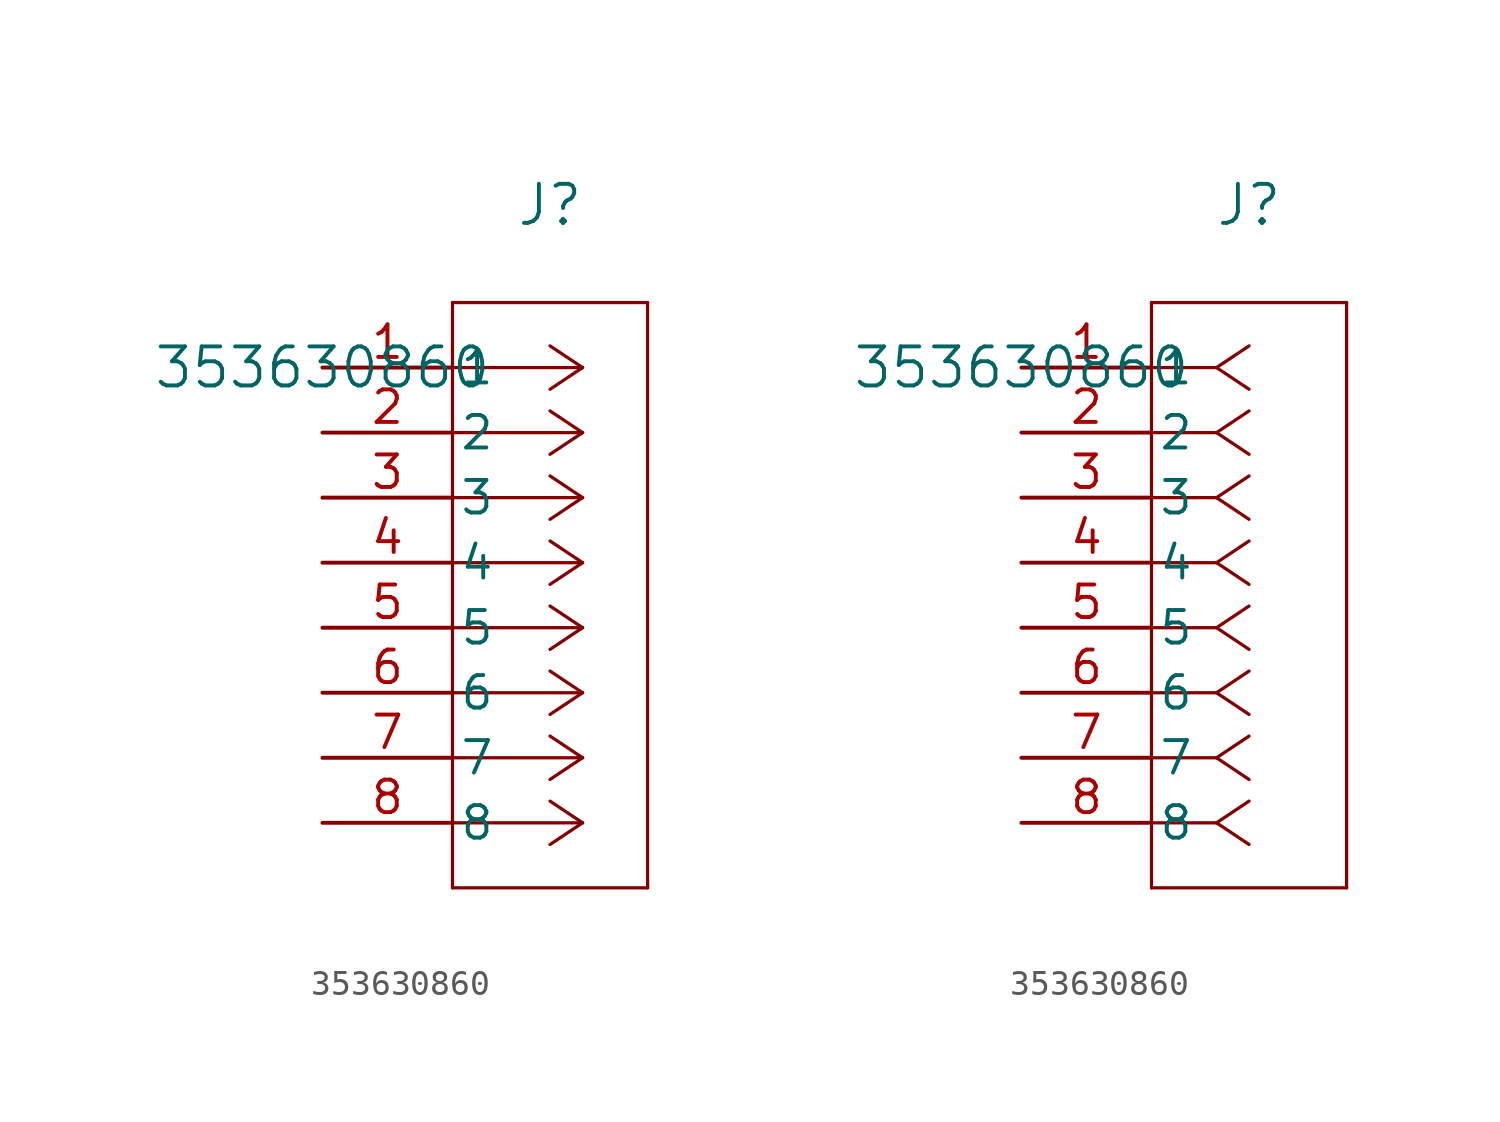
<source format=kicad_sym>
(kicad_symbol_lib
  (version 20211014)
  (generator kicad_symbol_editor)
  (symbol "353630860"
    (pin_names
      (offset 0.254))
    (property "Reference" "J"
      (at 8.89 6.35 0)
      (effects (font (size 1.524 1.524))))
    (property "Value" "353630860"
      (at 0 0 0)
      (effects (font (size 1.524 1.524))))
    (symbol "353630860_1_1"
      (polyline (pts (xy 10.16 0) (xy 5.08 0)) (stroke (width 0.127) (type default) (color 0 0 0 0)) (fill (type none)))
      (polyline (pts (xy 10.16 -2.54) (xy 5.08 -2.54)) (stroke (width 0.127) (type default) (color 0 0 0 0)) (fill (type none)))
      (polyline (pts (xy 10.16 -5.08) (xy 5.08 -5.08)) (stroke (width 0.127) (type default) (color 0 0 0 0)) (fill (type none)))
      (polyline (pts (xy 10.16 -7.62) (xy 5.08 -7.62)) (stroke (width 0.127) (type default) (color 0 0 0 0)) (fill (type none)))
      (polyline (pts (xy 10.16 -10.16) (xy 5.08 -10.16)) (stroke (width 0.127) (type default) (color 0 0 0 0)) (fill (type none)))
      (polyline (pts (xy 10.16 -12.7) (xy 5.08 -12.7)) (stroke (width 0.127) (type default) (color 0 0 0 0)) (fill (type none)))
      (polyline (pts (xy 10.16 -15.24) (xy 5.08 -15.24)) (stroke (width 0.127) (type default) (color 0 0 0 0)) (fill (type none)))
      (polyline (pts (xy 10.16 -17.78) (xy 5.08 -17.78)) (stroke (width 0.127) (type default) (color 0 0 0 0)) (fill (type none)))
      (polyline (pts (xy 10.16 0) (xy 8.89 0.847)) (stroke (width 0.127) (type default) (color 0 0 0 0)) (fill (type none)))
      (polyline (pts (xy 10.16 -2.54) (xy 8.89 -1.693)) (stroke (width 0.127) (type default) (color 0 0 0 0)) (fill (type none)))
      (polyline (pts (xy 10.16 -5.08) (xy 8.89 -4.233)) (stroke (width 0.127) (type default) (color 0 0 0 0)) (fill (type none)))
      (polyline (pts (xy 10.16 -7.62) (xy 8.89 -6.773)) (stroke (width 0.127) (type default) (color 0 0 0 0)) (fill (type none)))
      (polyline (pts (xy 10.16 -10.16) (xy 8.89 -9.313)) (stroke (width 0.127) (type default) (color 0 0 0 0)) (fill (type none)))
      (polyline (pts (xy 10.16 -12.7) (xy 8.89 -11.853)) (stroke (width 0.127) (type default) (color 0 0 0 0)) (fill (type none)))
      (polyline (pts (xy 10.16 -15.24) (xy 8.89 -14.393)) (stroke (width 0.127) (type default) (color 0 0 0 0)) (fill (type none)))
      (polyline (pts (xy 10.16 -17.78) (xy 8.89 -16.933)) (stroke (width 0.127) (type default) (color 0 0 0 0)) (fill (type none)))
      (polyline (pts (xy 10.16 0) (xy 8.89 -0.847)) (stroke (width 0.127) (type default) (color 0 0 0 0)) (fill (type none)))
      (polyline (pts (xy 10.16 -2.54) (xy 8.89 -3.387)) (stroke (width 0.127) (type default) (color 0 0 0 0)) (fill (type none)))
      (polyline (pts (xy 10.16 -5.08) (xy 8.89 -5.927)) (stroke (width 0.127) (type default) (color 0 0 0 0)) (fill (type none)))
      (polyline (pts (xy 10.16 -7.62) (xy 8.89 -8.467)) (stroke (width 0.127) (type default) (color 0 0 0 0)) (fill (type none)))
      (polyline (pts (xy 10.16 -10.16) (xy 8.89 -11.007)) (stroke (width 0.127) (type default) (color 0 0 0 0)) (fill (type none)))
      (polyline (pts (xy 10.16 -12.7) (xy 8.89 -13.547)) (stroke (width 0.127) (type default) (color 0 0 0 0)) (fill (type none)))
      (polyline (pts (xy 10.16 -15.24) (xy 8.89 -16.087)) (stroke (width 0.127) (type default) (color 0 0 0 0)) (fill (type none)))
      (polyline (pts (xy 10.16 -17.78) (xy 8.89 -18.627)) (stroke (width 0.127) (type default) (color 0 0 0 0)) (fill (type none)))
      (polyline (pts (xy 5.08 2.54) (xy 5.08 -20.32)) (stroke (width 0.127) (type default) (color 0 0 0 0)) (fill (type none)))
      (polyline (pts (xy 5.08 -20.32) (xy 12.7 -20.32)) (stroke (width 0.127) (type default) (color 0 0 0 0)) (fill (type none)))
      (polyline (pts (xy 12.7 -20.32) (xy 12.7 2.54)) (stroke (width 0.127) (type default) (color 0 0 0 0)) (fill (type none)))
      (polyline (pts (xy 12.7 2.54) (xy 5.08 2.54)) (stroke (width 0.127) (type default) (color 0 0 0 0)) (fill (type none)))
      (pin unspecified line (at 0 0 0) (length 5.08) (name "1" (effects (font (size 1.27 1.27)))) (number "1" (effects (font (size 1.27 1.27)))))
      (pin unspecified line (at 0 -2.54 0) (length 5.08) (name "2" (effects (font (size 1.27 1.27)))) (number "2" (effects (font (size 1.27 1.27)))))
      (pin unspecified line (at 0 -5.08 0) (length 5.08) (name "3" (effects (font (size 1.27 1.27)))) (number "3" (effects (font (size 1.27 1.27)))))
      (pin unspecified line (at 0 -7.62 0) (length 5.08) (name "4" (effects (font (size 1.27 1.27)))) (number "4" (effects (font (size 1.27 1.27)))))
      (pin unspecified line (at 0 -10.16 0) (length 5.08) (name "5" (effects (font (size 1.27 1.27)))) (number "5" (effects (font (size 1.27 1.27)))))
      (pin unspecified line (at 0 -12.7 0) (length 5.08) (name "6" (effects (font (size 1.27 1.27)))) (number "6" (effects (font (size 1.27 1.27)))))
      (pin unspecified line (at 0 -15.24 0) (length 5.08) (name "7" (effects (font (size 1.27 1.27)))) (number "7" (effects (font (size 1.27 1.27)))))
      (pin unspecified line (at 0 -17.78 0) (length 5.08) (name "8" (effects (font (size 1.27 1.27)))) (number "8" (effects (font (size 1.27 1.27))))))
    (symbol "353630860_1_2"
      (polyline (pts (xy 7.62 0) (xy 5.08 0)) (stroke (width 0.127) (type default) (color 0 0 0 0)) (fill (type none)))
      (polyline (pts (xy 7.62 -2.54) (xy 5.08 -2.54)) (stroke (width 0.127) (type default) (color 0 0 0 0)) (fill (type none)))
      (polyline (pts (xy 7.62 -5.08) (xy 5.08 -5.08)) (stroke (width 0.127) (type default) (color 0 0 0 0)) (fill (type none)))
      (polyline (pts (xy 7.62 -7.62) (xy 5.08 -7.62)) (stroke (width 0.127) (type default) (color 0 0 0 0)) (fill (type none)))
      (polyline (pts (xy 7.62 -10.16) (xy 5.08 -10.16)) (stroke (width 0.127) (type default) (color 0 0 0 0)) (fill (type none)))
      (polyline (pts (xy 7.62 -12.7) (xy 5.08 -12.7)) (stroke (width 0.127) (type default) (color 0 0 0 0)) (fill (type none)))
      (polyline (pts (xy 7.62 -15.24) (xy 5.08 -15.24)) (stroke (width 0.127) (type default) (color 0 0 0 0)) (fill (type none)))
      (polyline (pts (xy 7.62 -17.78) (xy 5.08 -17.78)) (stroke (width 0.127) (type default) (color 0 0 0 0)) (fill (type none)))
      (polyline (pts (xy 7.62 0) (xy 8.89 0.847)) (stroke (width 0.127) (type default) (color 0 0 0 0)) (fill (type none)))
      (polyline (pts (xy 7.62 -2.54) (xy 8.89 -1.693)) (stroke (width 0.127) (type default) (color 0 0 0 0)) (fill (type none)))
      (polyline (pts (xy 7.62 -5.08) (xy 8.89 -4.233)) (stroke (width 0.127) (type default) (color 0 0 0 0)) (fill (type none)))
      (polyline (pts (xy 7.62 -7.62) (xy 8.89 -6.773)) (stroke (width 0.127) (type default) (color 0 0 0 0)) (fill (type none)))
      (polyline (pts (xy 7.62 -10.16) (xy 8.89 -9.313)) (stroke (width 0.127) (type default) (color 0 0 0 0)) (fill (type none)))
      (polyline (pts (xy 7.62 -12.7) (xy 8.89 -11.853)) (stroke (width 0.127) (type default) (color 0 0 0 0)) (fill (type none)))
      (polyline (pts (xy 7.62 -15.24) (xy 8.89 -14.393)) (stroke (width 0.127) (type default) (color 0 0 0 0)) (fill (type none)))
      (polyline (pts (xy 7.62 -17.78) (xy 8.89 -16.933)) (stroke (width 0.127) (type default) (color 0 0 0 0)) (fill (type none)))
      (polyline (pts (xy 7.62 0) (xy 8.89 -0.847)) (stroke (width 0.127) (type default) (color 0 0 0 0)) (fill (type none)))
      (polyline (pts (xy 7.62 -2.54) (xy 8.89 -3.387)) (stroke (width 0.127) (type default) (color 0 0 0 0)) (fill (type none)))
      (polyline (pts (xy 7.62 -5.08) (xy 8.89 -5.927)) (stroke (width 0.127) (type default) (color 0 0 0 0)) (fill (type none)))
      (polyline (pts (xy 7.62 -7.62) (xy 8.89 -8.467)) (stroke (width 0.127) (type default) (color 0 0 0 0)) (fill (type none)))
      (polyline (pts (xy 7.62 -10.16) (xy 8.89 -11.007)) (stroke (width 0.127) (type default) (color 0 0 0 0)) (fill (type none)))
      (polyline (pts (xy 7.62 -12.7) (xy 8.89 -13.547)) (stroke (width 0.127) (type default) (color 0 0 0 0)) (fill (type none)))
      (polyline (pts (xy 7.62 -15.24) (xy 8.89 -16.087)) (stroke (width 0.127) (type default) (color 0 0 0 0)) (fill (type none)))
      (polyline (pts (xy 7.62 -17.78) (xy 8.89 -18.627)) (stroke (width 0.127) (type default) (color 0 0 0 0)) (fill (type none)))
      (polyline (pts (xy 5.08 2.54) (xy 5.08 -20.32)) (stroke (width 0.127) (type default) (color 0 0 0 0)) (fill (type none)))
      (polyline (pts (xy 5.08 -20.32) (xy 12.7 -20.32)) (stroke (width 0.127) (type default) (color 0 0 0 0)) (fill (type none)))
      (polyline (pts (xy 12.7 -20.32) (xy 12.7 2.54)) (stroke (width 0.127) (type default) (color 0 0 0 0)) (fill (type none)))
      (polyline (pts (xy 12.7 2.54) (xy 5.08 2.54)) (stroke (width 0.127) (type default) (color 0 0 0 0)) (fill (type none)))
      (pin unspecified line (at 0 0 0) (length 5.08) (name "1" (effects (font (size 1.27 1.27)))) (number "1" (effects (font (size 1.27 1.27)))))
      (pin unspecified line (at 0 -2.54 0) (length 5.08) (name "2" (effects (font (size 1.27 1.27)))) (number "2" (effects (font (size 1.27 1.27)))))
      (pin unspecified line (at 0 -5.08 0) (length 5.08) (name "3" (effects (font (size 1.27 1.27)))) (number "3" (effects (font (size 1.27 1.27)))))
      (pin unspecified line (at 0 -7.62 0) (length 5.08) (name "4" (effects (font (size 1.27 1.27)))) (number "4" (effects (font (size 1.27 1.27)))))
      (pin unspecified line (at 0 -10.16 0) (length 5.08) (name "5" (effects (font (size 1.27 1.27)))) (number "5" (effects (font (size 1.27 1.27)))))
      (pin unspecified line (at 0 -12.7 0) (length 5.08) (name "6" (effects (font (size 1.27 1.27)))) (number "6" (effects (font (size 1.27 1.27)))))
      (pin unspecified line (at 0 -15.24 0) (length 5.08) (name "7" (effects (font (size 1.27 1.27)))) (number "7" (effects (font (size 1.27 1.27)))))
      (pin unspecified line (at 0 -17.78 0) (length 5.08) (name "8" (effects (font (size 1.27 1.27)))) (number "8" (effects (font (size 1.27 1.27))))))))
</source>
